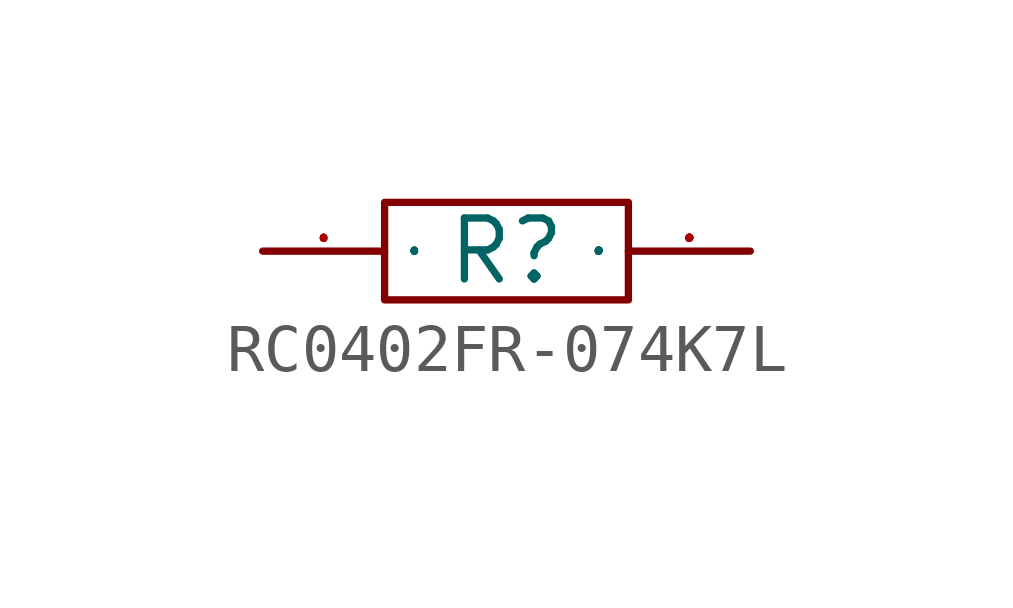
<source format=kicad_sym>
(kicad_symbol_lib
  (version 20241209)
  (generator "kicad_symbol_editor")
  (generator_version "9.0")
  (symbol "RC0402FR-074K7L"
    (property "Reference" "R"
      (at 0 0 0)
      (effects (font (size 1.27 1.27))))
    (symbol "RC0402FR-074K7L_1_0"
      (rectangle (start -2.54 -1.016) (end 2.54 1.016) (stroke (width 0) (type default)) (fill (type none)))
      (pin input line (at -5.08 0 0) (length 2.54) (name "1" (effects (font (size 0.025 0.025)))) (number "1" (effects (font (size 0.025 0.025)))))
      (pin input line (at 5.08 0 180) (length 2.54) (name "2" (effects (font (size 0.025 0.025)))) (number "2" (effects (font (size 0.025 0.025))))))))
</source>
